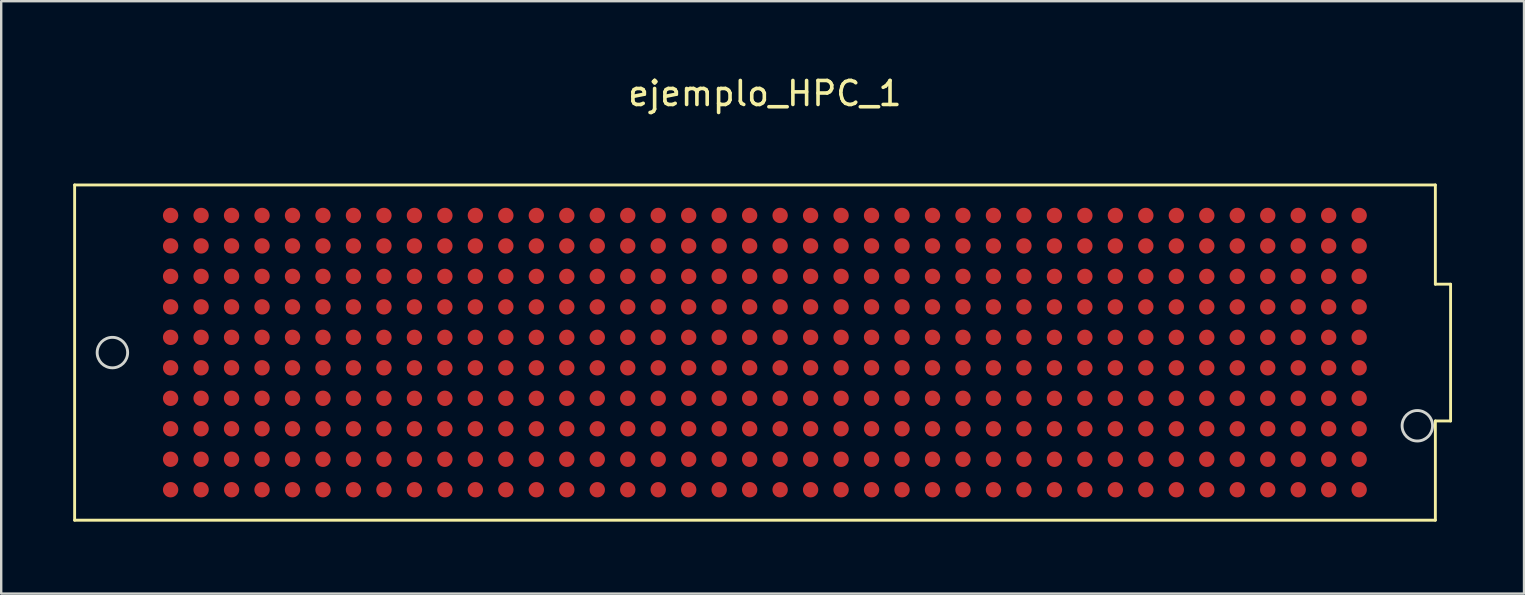
<source format=kicad_pcb>
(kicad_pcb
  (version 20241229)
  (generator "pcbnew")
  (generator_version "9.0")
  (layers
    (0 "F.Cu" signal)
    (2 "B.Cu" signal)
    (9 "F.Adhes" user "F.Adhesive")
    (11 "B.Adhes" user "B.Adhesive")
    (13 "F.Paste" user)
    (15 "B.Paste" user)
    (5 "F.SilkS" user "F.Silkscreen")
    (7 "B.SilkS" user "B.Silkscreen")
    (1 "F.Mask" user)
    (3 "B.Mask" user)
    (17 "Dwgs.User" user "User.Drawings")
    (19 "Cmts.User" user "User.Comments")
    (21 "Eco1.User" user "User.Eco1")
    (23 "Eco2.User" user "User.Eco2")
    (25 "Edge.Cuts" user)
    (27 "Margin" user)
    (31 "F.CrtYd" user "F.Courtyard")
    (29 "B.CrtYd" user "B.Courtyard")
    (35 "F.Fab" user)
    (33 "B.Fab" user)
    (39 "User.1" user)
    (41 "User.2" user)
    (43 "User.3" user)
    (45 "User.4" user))
  (footprint "ejemplo_HPC_1"
    (layer "F.Cu")
    (at 28.825 11.643)
    (property "Reference" "ejemplo_HPC_1" (at 0 -10.795 0) (layer "F.SilkS") (effects (font (size 1 1) (thickness 0.15))))
    (attr through_hole)
    (fp_line (start -28.765 -6.985) (end -28.765 6.985) (stroke (width 0.12) (type solid)) (layer "F.SilkS"))
    (fp_line (start -28.765 -6.985) (end 27.94 -6.985) (stroke (width 0.12) (type solid)) (layer "F.SilkS"))
    (fp_line (start 27.94 -2.85) (end 27.94 -6.985) (stroke (width 0.12) (type solid)) (layer "F.SilkS"))
    (fp_line (start 27.94 6.985) (end -28.765 6.985) (stroke (width 0.12) (type solid)) (layer "F.SilkS"))
    (fp_line (start 27.94 6.985) (end 27.94 2.85) (stroke (width 0.12) (type solid)) (layer "F.SilkS"))
    (fp_line (start 28.575 -2.85) (end 27.94 -2.85) (stroke (width 0.12) (type solid)) (layer "F.SilkS"))
    (fp_line (start 28.575 2.85) (end 27.94 2.85) (stroke (width 0.12) (type solid)) (layer "F.SilkS"))
    (fp_line (start 28.575 2.85) (end 28.575 -2.85) (stroke (width 0.12) (type solid)) (layer "F.SilkS"))
    (fp_circle (center -27.191 0) (end -26.556 0) (stroke (width 0.12) (type solid)) (fill no) (layer "Edge.Cuts"))
    (fp_circle (center 27.189 3.05) (end 27.824 3.05) (stroke (width 0.12) (type solid)) (fill no) (layer "Edge.Cuts"))
    (pad "A1" smd circle (at 24.765 5.715 180) (size 0.64 0.64) (layers "F.Cu" "F.Mask" "F.Paste"))
    (pad "A2" smd circle (at 23.495 5.715 180) (size 0.64 0.64) (layers "F.Cu" "F.Mask" "F.Paste"))
    (pad "A3" smd circle (at 22.225 5.715 180) (size 0.64 0.64) (layers "F.Cu" "F.Mask" "F.Paste"))
    (pad "A4" smd circle (at 20.955 5.715 180) (size 0.64 0.64) (layers "F.Cu" "F.Mask" "F.Paste"))
    (pad "A5" smd circle (at 19.685 5.715 180) (size 0.64 0.64) (layers "F.Cu" "F.Mask" "F.Paste"))
    (pad "A6" smd circle (at 18.415 5.715 180) (size 0.64 0.64) (layers "F.Cu" "F.Mask" "F.Paste"))
    (pad "A7" smd circle (at 17.145 5.715 180) (size 0.64 0.64) (layers "F.Cu" "F.Mask" "F.Paste"))
    (pad "A8" smd circle (at 15.875 5.715 180) (size 0.64 0.64) (layers "F.Cu" "F.Mask" "F.Paste"))
    (pad "A9" smd circle (at 14.605 5.715 180) (size 0.64 0.64) (layers "F.Cu" "F.Mask" "F.Paste"))
    (pad "A10" smd circle (at 13.335 5.715 180) (size 0.64 0.64) (layers "F.Cu" "F.Mask" "F.Paste"))
    (pad "A11" smd circle (at 12.065 5.715 180) (size 0.64 0.64) (layers "F.Cu" "F.Mask" "F.Paste"))
    (pad "A12" smd circle (at 10.795 5.715 180) (size 0.64 0.64) (layers "F.Cu" "F.Mask" "F.Paste"))
    (pad "A13" smd circle (at 9.525 5.715 180) (size 0.64 0.64) (layers "F.Cu" "F.Mask" "F.Paste"))
    (pad "A14" smd circle (at 8.255 5.715 180) (size 0.64 0.64) (layers "F.Cu" "F.Mask" "F.Paste"))
    (pad "A15" smd circle (at 6.985 5.715 180) (size 0.64 0.64) (layers "F.Cu" "F.Mask" "F.Paste"))
    (pad "A16" smd circle (at 5.715 5.715 180) (size 0.64 0.64) (layers "F.Cu" "F.Mask" "F.Paste"))
    (pad "A17" smd circle (at 4.445 5.715 180) (size 0.64 0.64) (layers "F.Cu" "F.Mask" "F.Paste"))
    (pad "A18" smd circle (at 3.175 5.715 180) (size 0.64 0.64) (layers "F.Cu" "F.Mask" "F.Paste"))
    (pad "A19" smd circle (at 1.905 5.715 180) (size 0.64 0.64) (layers "F.Cu" "F.Mask" "F.Paste"))
    (pad "A20" smd circle (at 0.635 5.715 180) (size 0.64 0.64) (layers "F.Cu" "F.Mask" "F.Paste"))
    (pad "A21" smd circle (at -0.635 5.715 180) (size 0.64 0.64) (layers "F.Cu" "F.Mask" "F.Paste"))
    (pad "A22" smd circle (at -1.905 5.715 180) (size 0.64 0.64) (layers "F.Cu" "F.Mask" "F.Paste"))
    (pad "A23" smd circle (at -3.175 5.715 180) (size 0.64 0.64) (layers "F.Cu" "F.Mask" "F.Paste"))
    (pad "A24" smd circle (at -4.445 5.715 180) (size 0.64 0.64) (layers "F.Cu" "F.Mask" "F.Paste"))
    (pad "A25" smd circle (at -5.715 5.715 180) (size 0.64 0.64) (layers "F.Cu" "F.Mask" "F.Paste"))
    (pad "A26" smd circle (at -6.985 5.715 180) (size 0.64 0.64) (layers "F.Cu" "F.Mask" "F.Paste"))
    (pad "A27" smd circle (at -8.255 5.715 180) (size 0.64 0.64) (layers "F.Cu" "F.Mask" "F.Paste"))
    (pad "A28" smd circle (at -9.525 5.715 180) (size 0.64 0.64) (layers "F.Cu" "F.Mask" "F.Paste"))
    (pad "A29" smd circle (at -10.795 5.715 180) (size 0.64 0.64) (layers "F.Cu" "F.Mask" "F.Paste"))
    (pad "A30" smd circle (at -12.065 5.715 180) (size 0.64 0.64) (layers "F.Cu" "F.Mask" "F.Paste"))
    (pad "A31" smd circle (at -13.335 5.715 180) (size 0.64 0.64) (layers "F.Cu" "F.Mask" "F.Paste"))
    (pad "A32" smd circle (at -14.605 5.715 180) (size 0.64 0.64) (layers "F.Cu" "F.Mask" "F.Paste"))
    (pad "A33" smd circle (at -15.875 5.715 180) (size 0.64 0.64) (layers "F.Cu" "F.Mask" "F.Paste"))
    (pad "A34" smd circle (at -17.145 5.715 180) (size 0.64 0.64) (layers "F.Cu" "F.Mask" "F.Paste"))
    (pad "A35" smd circle (at -18.415 5.715 180) (size 0.64 0.64) (layers "F.Cu" "F.Mask" "F.Paste"))
    (pad "A36" smd circle (at -19.685 5.715 180) (size 0.64 0.64) (layers "F.Cu" "F.Mask" "F.Paste"))
    (pad "A37" smd circle (at -20.955 5.715 180) (size 0.64 0.64) (layers "F.Cu" "F.Mask" "F.Paste"))
    (pad "A38" smd circle (at -22.225 5.715 180) (size 0.64 0.64) (layers "F.Cu" "F.Mask" "F.Paste"))
    (pad "A39" smd circle (at -23.495 5.715 180) (size 0.64 0.64) (layers "F.Cu" "F.Mask" "F.Paste"))
    (pad "A40" smd circle (at -24.765 5.715 180) (size 0.64 0.64) (layers "F.Cu" "F.Mask" "F.Paste"))
    (pad "B1" smd circle (at 24.765 4.445 180) (size 0.64 0.64) (layers "F.Cu" "F.Mask" "F.Paste"))
    (pad "B2" smd circle (at 23.495 4.445 180) (size 0.64 0.64) (layers "F.Cu" "F.Mask" "F.Paste"))
    (pad "B3" smd circle (at 22.225 4.445 180) (size 0.64 0.64) (layers "F.Cu" "F.Mask" "F.Paste"))
    (pad "B4" smd circle (at 20.955 4.445 180) (size 0.64 0.64) (layers "F.Cu" "F.Mask" "F.Paste"))
    (pad "B5" smd circle (at 19.685 4.445 180) (size 0.64 0.64) (layers "F.Cu" "F.Mask" "F.Paste"))
    (pad "B6" smd circle (at 18.415 4.445 180) (size 0.64 0.64) (layers "F.Cu" "F.Mask" "F.Paste"))
    (pad "B7" smd circle (at 17.145 4.445 180) (size 0.64 0.64) (layers "F.Cu" "F.Mask" "F.Paste"))
    (pad "B8" smd circle (at 15.875 4.445 180) (size 0.64 0.64) (layers "F.Cu" "F.Mask" "F.Paste"))
    (pad "B9" smd circle (at 14.605 4.445 180) (size 0.64 0.64) (layers "F.Cu" "F.Mask" "F.Paste"))
    (pad "B10" smd circle (at 13.335 4.445 180) (size 0.64 0.64) (layers "F.Cu" "F.Mask" "F.Paste"))
    (pad "B11" smd circle (at 12.065 4.445 180) (size 0.64 0.64) (layers "F.Cu" "F.Mask" "F.Paste"))
    (pad "B12" smd circle (at 10.795 4.445 180) (size 0.64 0.64) (layers "F.Cu" "F.Mask" "F.Paste"))
    (pad "B13" smd circle (at 9.525 4.445 180) (size 0.64 0.64) (layers "F.Cu" "F.Mask" "F.Paste"))
    (pad "B14" smd circle (at 8.255 4.445 180) (size 0.64 0.64) (layers "F.Cu" "F.Mask" "F.Paste"))
    (pad "B15" smd circle (at 6.985 4.445 180) (size 0.64 0.64) (layers "F.Cu" "F.Mask" "F.Paste"))
    (pad "B16" smd circle (at 5.715 4.445 180) (size 0.64 0.64) (layers "F.Cu" "F.Mask" "F.Paste"))
    (pad "B17" smd circle (at 4.445 4.445 180) (size 0.64 0.64) (layers "F.Cu" "F.Mask" "F.Paste"))
    (pad "B18" smd circle (at 3.175 4.445 180) (size 0.64 0.64) (layers "F.Cu" "F.Mask" "F.Paste"))
    (pad "B19" smd circle (at 1.905 4.445 180) (size 0.64 0.64) (layers "F.Cu" "F.Mask" "F.Paste"))
    (pad "B20" smd circle (at 0.635 4.445 180) (size 0.64 0.64) (layers "F.Cu" "F.Mask" "F.Paste"))
    (pad "B21" smd circle (at -0.635 4.445 180) (size 0.64 0.64) (layers "F.Cu" "F.Mask" "F.Paste"))
    (pad "B22" smd circle (at -1.905 4.445 180) (size 0.64 0.64) (layers "F.Cu" "F.Mask" "F.Paste"))
    (pad "B23" smd circle (at -3.175 4.445 180) (size 0.64 0.64) (layers "F.Cu" "F.Mask" "F.Paste"))
    (pad "B24" smd circle (at -4.445 4.445 180) (size 0.64 0.64) (layers "F.Cu" "F.Mask" "F.Paste"))
    (pad "B25" smd circle (at -5.715 4.445 180) (size 0.64 0.64) (layers "F.Cu" "F.Mask" "F.Paste"))
    (pad "B26" smd circle (at -6.985 4.445 180) (size 0.64 0.64) (layers "F.Cu" "F.Mask" "F.Paste"))
    (pad "B27" smd circle (at -8.255 4.445 180) (size 0.64 0.64) (layers "F.Cu" "F.Mask" "F.Paste"))
    (pad "B28" smd circle (at -9.525 4.445 180) (size 0.64 0.64) (layers "F.Cu" "F.Mask" "F.Paste"))
    (pad "B29" smd circle (at -10.795 4.445 180) (size 0.64 0.64) (layers "F.Cu" "F.Mask" "F.Paste"))
    (pad "B30" smd circle (at -12.065 4.445 180) (size 0.64 0.64) (layers "F.Cu" "F.Mask" "F.Paste"))
    (pad "B31" smd circle (at -13.335 4.445 180) (size 0.64 0.64) (layers "F.Cu" "F.Mask" "F.Paste"))
    (pad "B32" smd circle (at -14.605 4.445 180) (size 0.64 0.64) (layers "F.Cu" "F.Mask" "F.Paste"))
    (pad "B33" smd circle (at -15.875 4.445 180) (size 0.64 0.64) (layers "F.Cu" "F.Mask" "F.Paste"))
    (pad "B34" smd circle (at -17.145 4.445 180) (size 0.64 0.64) (layers "F.Cu" "F.Mask" "F.Paste"))
    (pad "B35" smd circle (at -18.415 4.445 180) (size 0.64 0.64) (layers "F.Cu" "F.Mask" "F.Paste"))
    (pad "B36" smd circle (at -19.685 4.445 180) (size 0.64 0.64) (layers "F.Cu" "F.Mask" "F.Paste"))
    (pad "B37" smd circle (at -20.955 4.445 180) (size 0.64 0.64) (layers "F.Cu" "F.Mask" "F.Paste"))
    (pad "B38" smd circle (at -22.225 4.445 180) (size 0.64 0.64) (layers "F.Cu" "F.Mask" "F.Paste"))
    (pad "B39" smd circle (at -23.495 4.445 180) (size 0.64 0.64) (layers "F.Cu" "F.Mask" "F.Paste"))
    (pad "B40" smd circle (at -24.765 4.445 180) (size 0.64 0.64) (layers "F.Cu" "F.Mask" "F.Paste"))
    (pad "C1" smd circle (at 24.765 3.175 180) (size 0.64 0.64) (layers "F.Cu" "F.Mask" "F.Paste"))
    (pad "C2" smd circle (at 23.495 3.175 180) (size 0.64 0.64) (layers "F.Cu" "F.Mask" "F.Paste"))
    (pad "C3" smd circle (at 22.225 3.175 180) (size 0.64 0.64) (layers "F.Cu" "F.Mask" "F.Paste"))
    (pad "C4" smd circle (at 20.955 3.175 180) (size 0.64 0.64) (layers "F.Cu" "F.Mask" "F.Paste"))
    (pad "C5" smd circle (at 19.685 3.175 180) (size 0.64 0.64) (layers "F.Cu" "F.Mask" "F.Paste"))
    (pad "C6" smd circle (at 18.415 3.175 180) (size 0.64 0.64) (layers "F.Cu" "F.Mask" "F.Paste"))
    (pad "C7" smd circle (at 17.145 3.175 180) (size 0.64 0.64) (layers "F.Cu" "F.Mask" "F.Paste"))
    (pad "C8" smd circle (at 15.875 3.175 180) (size 0.64 0.64) (layers "F.Cu" "F.Mask" "F.Paste"))
    (pad "C9" smd circle (at 14.605 3.175 180) (size 0.64 0.64) (layers "F.Cu" "F.Mask" "F.Paste"))
    (pad "C10" smd circle (at 13.335 3.175 180) (size 0.64 0.64) (layers "F.Cu" "F.Mask" "F.Paste"))
    (pad "C11" smd circle (at 12.065 3.175 180) (size 0.64 0.64) (layers "F.Cu" "F.Mask" "F.Paste"))
    (pad "C12" smd circle (at 10.795 3.175 180) (size 0.64 0.64) (layers "F.Cu" "F.Mask" "F.Paste"))
    (pad "C13" smd circle (at 9.525 3.175 180) (size 0.64 0.64) (layers "F.Cu" "F.Mask" "F.Paste"))
    (pad "C14" smd circle (at 8.255 3.175 180) (size 0.64 0.64) (layers "F.Cu" "F.Mask" "F.Paste"))
    (pad "C15" smd circle (at 6.985 3.175 180) (size 0.64 0.64) (layers "F.Cu" "F.Mask" "F.Paste"))
    (pad "C16" smd circle (at 5.715 3.175 180) (size 0.64 0.64) (layers "F.Cu" "F.Mask" "F.Paste"))
    (pad "C17" smd circle (at 4.445 3.175 180) (size 0.64 0.64) (layers "F.Cu" "F.Mask" "F.Paste"))
    (pad "C18" smd circle (at 3.175 3.175 180) (size 0.64 0.64) (layers "F.Cu" "F.Mask" "F.Paste"))
    (pad "C19" smd circle (at 1.905 3.175 180) (size 0.64 0.64) (layers "F.Cu" "F.Mask" "F.Paste"))
    (pad "C20" smd circle (at 0.635 3.175 180) (size 0.64 0.64) (layers "F.Cu" "F.Mask" "F.Paste"))
    (pad "C21" smd circle (at -0.635 3.175 180) (size 0.64 0.64) (layers "F.Cu" "F.Mask" "F.Paste"))
    (pad "C22" smd circle (at -1.905 3.175 180) (size 0.64 0.64) (layers "F.Cu" "F.Mask" "F.Paste"))
    (pad "C23" smd circle (at -3.175 3.175 180) (size 0.64 0.64) (layers "F.Cu" "F.Mask" "F.Paste"))
    (pad "C24" smd circle (at -4.445 3.175 180) (size 0.64 0.64) (layers "F.Cu" "F.Mask" "F.Paste"))
    (pad "C25" smd circle (at -5.715 3.175 180) (size 0.64 0.64) (layers "F.Cu" "F.Mask" "F.Paste"))
    (pad "C26" smd circle (at -6.985 3.175 180) (size 0.64 0.64) (layers "F.Cu" "F.Mask" "F.Paste"))
    (pad "C27" smd circle (at -8.255 3.175 180) (size 0.64 0.64) (layers "F.Cu" "F.Mask" "F.Paste"))
    (pad "C28" smd circle (at -9.525 3.175 180) (size 0.64 0.64) (layers "F.Cu" "F.Mask" "F.Paste"))
    (pad "C29" smd circle (at -10.795 3.175 180) (size 0.64 0.64) (layers "F.Cu" "F.Mask" "F.Paste"))
    (pad "C30" smd circle (at -12.065 3.175 180) (size 0.64 0.64) (layers "F.Cu" "F.Mask" "F.Paste"))
    (pad "C31" smd circle (at -13.335 3.175 180) (size 0.64 0.64) (layers "F.Cu" "F.Mask" "F.Paste"))
    (pad "C32" smd circle (at -14.605 3.175 180) (size 0.64 0.64) (layers "F.Cu" "F.Mask" "F.Paste"))
    (pad "C33" smd circle (at -15.875 3.175 180) (size 0.64 0.64) (layers "F.Cu" "F.Mask" "F.Paste"))
    (pad "C34" smd circle (at -17.145 3.175 180) (size 0.64 0.64) (layers "F.Cu" "F.Mask" "F.Paste"))
    (pad "C35" smd circle (at -18.415 3.175 180) (size 0.64 0.64) (layers "F.Cu" "F.Mask" "F.Paste"))
    (pad "C36" smd circle (at -19.685 3.175 180) (size 0.64 0.64) (layers "F.Cu" "F.Mask" "F.Paste"))
    (pad "C37" smd circle (at -20.955 3.175 180) (size 0.64 0.64) (layers "F.Cu" "F.Mask" "F.Paste"))
    (pad "C38" smd circle (at -22.225 3.175 180) (size 0.64 0.64) (layers "F.Cu" "F.Mask" "F.Paste"))
    (pad "C39" smd circle (at -23.495 3.175 180) (size 0.64 0.64) (layers "F.Cu" "F.Mask" "F.Paste"))
    (pad "C40" smd circle (at -24.765 3.175 180) (size 0.64 0.64) (layers "F.Cu" "F.Mask" "F.Paste"))
    (pad "D1" smd circle (at 24.765 1.905 180) (size 0.64 0.64) (layers "F.Cu" "F.Mask" "F.Paste"))
    (pad "D2" smd circle (at 23.495 1.905 180) (size 0.64 0.64) (layers "F.Cu" "F.Mask" "F.Paste"))
    (pad "D3" smd circle (at 22.225 1.905 180) (size 0.64 0.64) (layers "F.Cu" "F.Mask" "F.Paste"))
    (pad "D4" smd circle (at 20.955 1.905 180) (size 0.64 0.64) (layers "F.Cu" "F.Mask" "F.Paste"))
    (pad "D5" smd circle (at 19.685 1.905 180) (size 0.64 0.64) (layers "F.Cu" "F.Mask" "F.Paste"))
    (pad "D6" smd circle (at 18.415 1.905 180) (size 0.64 0.64) (layers "F.Cu" "F.Mask" "F.Paste"))
    (pad "D7" smd circle (at 17.145 1.905 180) (size 0.64 0.64) (layers "F.Cu" "F.Mask" "F.Paste"))
    (pad "D8" smd circle (at 15.875 1.905 180) (size 0.64 0.64) (layers "F.Cu" "F.Mask" "F.Paste"))
    (pad "D9" smd circle (at 14.605 1.905 180) (size 0.64 0.64) (layers "F.Cu" "F.Mask" "F.Paste"))
    (pad "D10" smd circle (at 13.335 1.905 180) (size 0.64 0.64) (layers "F.Cu" "F.Mask" "F.Paste"))
    (pad "D11" smd circle (at 12.065 1.905 180) (size 0.64 0.64) (layers "F.Cu" "F.Mask" "F.Paste"))
    (pad "D12" smd circle (at 10.795 1.905 180) (size 0.64 0.64) (layers "F.Cu" "F.Mask" "F.Paste"))
    (pad "D13" smd circle (at 9.525 1.905 180) (size 0.64 0.64) (layers "F.Cu" "F.Mask" "F.Paste"))
    (pad "D14" smd circle (at 8.255 1.905 180) (size 0.64 0.64) (layers "F.Cu" "F.Mask" "F.Paste"))
    (pad "D15" smd circle (at 6.985 1.905 180) (size 0.64 0.64) (layers "F.Cu" "F.Mask" "F.Paste"))
    (pad "D16" smd circle (at 5.715 1.905 180) (size 0.64 0.64) (layers "F.Cu" "F.Mask" "F.Paste"))
    (pad "D17" smd circle (at 4.445 1.905 180) (size 0.64 0.64) (layers "F.Cu" "F.Mask" "F.Paste"))
    (pad "D18" smd circle (at 3.175 1.905 180) (size 0.64 0.64) (layers "F.Cu" "F.Mask" "F.Paste"))
    (pad "D19" smd circle (at 1.905 1.905 180) (size 0.64 0.64) (layers "F.Cu" "F.Mask" "F.Paste"))
    (pad "D20" smd circle (at 0.635 1.905 180) (size 0.64 0.64) (layers "F.Cu" "F.Mask" "F.Paste"))
    (pad "D21" smd circle (at -0.635 1.905 180) (size 0.64 0.64) (layers "F.Cu" "F.Mask" "F.Paste"))
    (pad "D22" smd circle (at -1.905 1.905 180) (size 0.64 0.64) (layers "F.Cu" "F.Mask" "F.Paste"))
    (pad "D23" smd circle (at -3.175 1.905 180) (size 0.64 0.64) (layers "F.Cu" "F.Mask" "F.Paste"))
    (pad "D24" smd circle (at -4.445 1.905 180) (size 0.64 0.64) (layers "F.Cu" "F.Mask" "F.Paste"))
    (pad "D25" smd circle (at -5.715 1.905 180) (size 0.64 0.64) (layers "F.Cu" "F.Mask" "F.Paste"))
    (pad "D26" smd circle (at -6.985 1.905 180) (size 0.64 0.64) (layers "F.Cu" "F.Mask" "F.Paste"))
    (pad "D27" smd circle (at -8.255 1.905 180) (size 0.64 0.64) (layers "F.Cu" "F.Mask" "F.Paste"))
    (pad "D28" smd circle (at -9.525 1.905 180) (size 0.64 0.64) (layers "F.Cu" "F.Mask" "F.Paste"))
    (pad "D29" smd circle (at -10.795 1.905 180) (size 0.64 0.64) (layers "F.Cu" "F.Mask" "F.Paste"))
    (pad "D30" smd circle (at -12.065 1.905 180) (size 0.64 0.64) (layers "F.Cu" "F.Mask" "F.Paste"))
    (pad "D31" smd circle (at -13.335 1.905 180) (size 0.64 0.64) (layers "F.Cu" "F.Mask" "F.Paste"))
    (pad "D32" smd circle (at -14.605 1.905 180) (size 0.64 0.64) (layers "F.Cu" "F.Mask" "F.Paste"))
    (pad "D33" smd circle (at -15.875 1.905 180) (size 0.64 0.64) (layers "F.Cu" "F.Mask" "F.Paste"))
    (pad "D34" smd circle (at -17.145 1.905 180) (size 0.64 0.64) (layers "F.Cu" "F.Mask" "F.Paste"))
    (pad "D35" smd circle (at -18.415 1.905 180) (size 0.64 0.64) (layers "F.Cu" "F.Mask" "F.Paste"))
    (pad "D36" smd circle (at -19.685 1.905 180) (size 0.64 0.64) (layers "F.Cu" "F.Mask" "F.Paste"))
    (pad "D37" smd circle (at -20.955 1.905 180) (size 0.64 0.64) (layers "F.Cu" "F.Mask" "F.Paste"))
    (pad "D38" smd circle (at -22.225 1.905 180) (size 0.64 0.64) (layers "F.Cu" "F.Mask" "F.Paste"))
    (pad "D39" smd circle (at -23.495 1.905 180) (size 0.64 0.64) (layers "F.Cu" "F.Mask" "F.Paste"))
    (pad "D40" smd circle (at -24.765 1.905 180) (size 0.64 0.64) (layers "F.Cu" "F.Mask" "F.Paste"))
    (pad "E1" smd circle (at 24.765 0.635 180) (size 0.64 0.64) (layers "F.Cu" "F.Mask" "F.Paste"))
    (pad "E2" smd circle (at 23.495 0.635 180) (size 0.64 0.64) (layers "F.Cu" "F.Mask" "F.Paste"))
    (pad "E3" smd circle (at 22.225 0.635 180) (size 0.64 0.64) (layers "F.Cu" "F.Mask" "F.Paste"))
    (pad "E4" smd circle (at 20.955 0.635 180) (size 0.64 0.64) (layers "F.Cu" "F.Mask" "F.Paste"))
    (pad "E5" smd circle (at 19.685 0.635 180) (size 0.64 0.64) (layers "F.Cu" "F.Mask" "F.Paste"))
    (pad "E6" smd circle (at 18.415 0.635 180) (size 0.64 0.64) (layers "F.Cu" "F.Mask" "F.Paste"))
    (pad "E7" smd circle (at 17.145 0.635 180) (size 0.64 0.64) (layers "F.Cu" "F.Mask" "F.Paste"))
    (pad "E8" smd circle (at 15.875 0.635 180) (size 0.64 0.64) (layers "F.Cu" "F.Mask" "F.Paste"))
    (pad "E9" smd circle (at 14.605 0.635 180) (size 0.64 0.64) (layers "F.Cu" "F.Mask" "F.Paste"))
    (pad "E10" smd circle (at 13.335 0.635 180) (size 0.64 0.64) (layers "F.Cu" "F.Mask" "F.Paste"))
    (pad "E11" smd circle (at 12.065 0.635 180) (size 0.64 0.64) (layers "F.Cu" "F.Mask" "F.Paste"))
    (pad "E12" smd circle (at 10.795 0.635 180) (size 0.64 0.64) (layers "F.Cu" "F.Mask" "F.Paste"))
    (pad "E13" smd circle (at 9.525 0.635 180) (size 0.64 0.64) (layers "F.Cu" "F.Mask" "F.Paste"))
    (pad "E14" smd circle (at 8.255 0.635 180) (size 0.64 0.64) (layers "F.Cu" "F.Mask" "F.Paste"))
    (pad "E15" smd circle (at 6.985 0.635 180) (size 0.64 0.64) (layers "F.Cu" "F.Mask" "F.Paste"))
    (pad "E16" smd circle (at 5.715 0.635 180) (size 0.64 0.64) (layers "F.Cu" "F.Mask" "F.Paste"))
    (pad "E17" smd circle (at 4.445 0.635 180) (size 0.64 0.64) (layers "F.Cu" "F.Mask" "F.Paste"))
    (pad "E18" smd circle (at 3.175 0.635 180) (size 0.64 0.64) (layers "F.Cu" "F.Mask" "F.Paste"))
    (pad "E19" smd circle (at 1.905 0.635 180) (size 0.64 0.64) (layers "F.Cu" "F.Mask" "F.Paste"))
    (pad "E20" smd circle (at 0.635 0.635 180) (size 0.64 0.64) (layers "F.Cu" "F.Mask" "F.Paste"))
    (pad "E21" smd circle (at -0.635 0.635 180) (size 0.64 0.64) (layers "F.Cu" "F.Mask" "F.Paste"))
    (pad "E22" smd circle (at -1.905 0.635 180) (size 0.64 0.64) (layers "F.Cu" "F.Mask" "F.Paste"))
    (pad "E23" smd circle (at -3.175 0.635 180) (size 0.64 0.64) (layers "F.Cu" "F.Mask" "F.Paste"))
    (pad "E24" smd circle (at -4.445 0.635 180) (size 0.64 0.64) (layers "F.Cu" "F.Mask" "F.Paste"))
    (pad "E25" smd circle (at -5.715 0.635 180) (size 0.64 0.64) (layers "F.Cu" "F.Mask" "F.Paste"))
    (pad "E26" smd circle (at -6.985 0.635 180) (size 0.64 0.64) (layers "F.Cu" "F.Mask" "F.Paste"))
    (pad "E27" smd circle (at -8.255 0.635 180) (size 0.64 0.64) (layers "F.Cu" "F.Mask" "F.Paste"))
    (pad "E28" smd circle (at -9.525 0.635 180) (size 0.64 0.64) (layers "F.Cu" "F.Mask" "F.Paste"))
    (pad "E29" smd circle (at -10.795 0.635 180) (size 0.64 0.64) (layers "F.Cu" "F.Mask" "F.Paste"))
    (pad "E30" smd circle (at -12.065 0.635 180) (size 0.64 0.64) (layers "F.Cu" "F.Mask" "F.Paste"))
    (pad "E31" smd circle (at -13.335 0.635 180) (size 0.64 0.64) (layers "F.Cu" "F.Mask" "F.Paste"))
    (pad "E32" smd circle (at -14.605 0.635 180) (size 0.64 0.64) (layers "F.Cu" "F.Mask" "F.Paste"))
    (pad "E33" smd circle (at -15.875 0.635 180) (size 0.64 0.64) (layers "F.Cu" "F.Mask" "F.Paste"))
    (pad "E34" smd circle (at -17.145 0.635 180) (size 0.64 0.64) (layers "F.Cu" "F.Mask" "F.Paste"))
    (pad "E35" smd circle (at -18.415 0.635 180) (size 0.64 0.64) (layers "F.Cu" "F.Mask" "F.Paste"))
    (pad "E36" smd circle (at -19.685 0.635 180) (size 0.64 0.64) (layers "F.Cu" "F.Mask" "F.Paste"))
    (pad "E37" smd circle (at -20.955 0.635 180) (size 0.64 0.64) (layers "F.Cu" "F.Mask" "F.Paste"))
    (pad "E38" smd circle (at -22.225 0.635 180) (size 0.64 0.64) (layers "F.Cu" "F.Mask" "F.Paste"))
    (pad "E39" smd circle (at -23.495 0.635 180) (size 0.64 0.64) (layers "F.Cu" "F.Mask" "F.Paste"))
    (pad "E40" smd circle (at -24.765 0.635 180) (size 0.64 0.64) (layers "F.Cu" "F.Mask" "F.Paste"))
    (pad "F1" smd circle (at 24.765 -0.635 180) (size 0.64 0.64) (layers "F.Cu" "F.Mask" "F.Paste"))
    (pad "F2" smd circle (at 23.495 -0.635 180) (size 0.64 0.64) (layers "F.Cu" "F.Mask" "F.Paste"))
    (pad "F3" smd circle (at 22.225 -0.635 180) (size 0.64 0.64) (layers "F.Cu" "F.Mask" "F.Paste"))
    (pad "F4" smd circle (at 20.955 -0.635 180) (size 0.64 0.64) (layers "F.Cu" "F.Mask" "F.Paste"))
    (pad "F5" smd circle (at 19.685 -0.635 180) (size 0.64 0.64) (layers "F.Cu" "F.Mask" "F.Paste"))
    (pad "F6" smd circle (at 18.415 -0.635 180) (size 0.64 0.64) (layers "F.Cu" "F.Mask" "F.Paste"))
    (pad "F7" smd circle (at 17.145 -0.635 180) (size 0.64 0.64) (layers "F.Cu" "F.Mask" "F.Paste"))
    (pad "F8" smd circle (at 15.875 -0.635 180) (size 0.64 0.64) (layers "F.Cu" "F.Mask" "F.Paste"))
    (pad "F9" smd circle (at 14.605 -0.635 180) (size 0.64 0.64) (layers "F.Cu" "F.Mask" "F.Paste"))
    (pad "F10" smd circle (at 13.335 -0.635 180) (size 0.64 0.64) (layers "F.Cu" "F.Mask" "F.Paste"))
    (pad "F11" smd circle (at 12.065 -0.635 180) (size 0.64 0.64) (layers "F.Cu" "F.Mask" "F.Paste"))
    (pad "F12" smd circle (at 10.795 -0.635 180) (size 0.64 0.64) (layers "F.Cu" "F.Mask" "F.Paste"))
    (pad "F13" smd circle (at 9.525 -0.635 180) (size 0.64 0.64) (layers "F.Cu" "F.Mask" "F.Paste"))
    (pad "F14" smd circle (at 8.255 -0.635 180) (size 0.64 0.64) (layers "F.Cu" "F.Mask" "F.Paste"))
    (pad "F15" smd circle (at 6.985 -0.635 180) (size 0.64 0.64) (layers "F.Cu" "F.Mask" "F.Paste"))
    (pad "F16" smd circle (at 5.715 -0.635 180) (size 0.64 0.64) (layers "F.Cu" "F.Mask" "F.Paste"))
    (pad "F17" smd circle (at 4.445 -0.635 180) (size 0.64 0.64) (layers "F.Cu" "F.Mask" "F.Paste"))
    (pad "F18" smd circle (at 3.175 -0.635 180) (size 0.64 0.64) (layers "F.Cu" "F.Mask" "F.Paste"))
    (pad "F19" smd circle (at 1.905 -0.635 180) (size 0.64 0.64) (layers "F.Cu" "F.Mask" "F.Paste"))
    (pad "F20" smd circle (at 0.635 -0.635 180) (size 0.64 0.64) (layers "F.Cu" "F.Mask" "F.Paste"))
    (pad "F21" smd circle (at -0.635 -0.635 180) (size 0.64 0.64) (layers "F.Cu" "F.Mask" "F.Paste"))
    (pad "F22" smd circle (at -1.905 -0.635 180) (size 0.64 0.64) (layers "F.Cu" "F.Mask" "F.Paste"))
    (pad "F23" smd circle (at -3.175 -0.635 180) (size 0.64 0.64) (layers "F.Cu" "F.Mask" "F.Paste"))
    (pad "F24" smd circle (at -4.445 -0.635 180) (size 0.64 0.64) (layers "F.Cu" "F.Mask" "F.Paste"))
    (pad "F25" smd circle (at -5.715 -0.635 180) (size 0.64 0.64) (layers "F.Cu" "F.Mask" "F.Paste"))
    (pad "F26" smd circle (at -6.985 -0.635 180) (size 0.64 0.64) (layers "F.Cu" "F.Mask" "F.Paste"))
    (pad "F27" smd circle (at -8.255 -0.635 180) (size 0.64 0.64) (layers "F.Cu" "F.Mask" "F.Paste"))
    (pad "F28" smd circle (at -9.525 -0.635 180) (size 0.64 0.64) (layers "F.Cu" "F.Mask" "F.Paste"))
    (pad "F29" smd circle (at -10.795 -0.635 180) (size 0.64 0.64) (layers "F.Cu" "F.Mask" "F.Paste"))
    (pad "F30" smd circle (at -12.065 -0.635 180) (size 0.64 0.64) (layers "F.Cu" "F.Mask" "F.Paste"))
    (pad "F31" smd circle (at -13.335 -0.635 180) (size 0.64 0.64) (layers "F.Cu" "F.Mask" "F.Paste"))
    (pad "F32" smd circle (at -14.605 -0.635 180) (size 0.64 0.64) (layers "F.Cu" "F.Mask" "F.Paste"))
    (pad "F33" smd circle (at -15.875 -0.635 180) (size 0.64 0.64) (layers "F.Cu" "F.Mask" "F.Paste"))
    (pad "F34" smd circle (at -17.145 -0.635 180) (size 0.64 0.64) (layers "F.Cu" "F.Mask" "F.Paste"))
    (pad "F35" smd circle (at -18.415 -0.635 180) (size 0.64 0.64) (layers "F.Cu" "F.Mask" "F.Paste"))
    (pad "F36" smd circle (at -19.685 -0.635 180) (size 0.64 0.64) (layers "F.Cu" "F.Mask" "F.Paste"))
    (pad "F37" smd circle (at -20.955 -0.635 180) (size 0.64 0.64) (layers "F.Cu" "F.Mask" "F.Paste"))
    (pad "F38" smd circle (at -22.225 -0.635 180) (size 0.64 0.64) (layers "F.Cu" "F.Mask" "F.Paste"))
    (pad "F39" smd circle (at -23.495 -0.635 180) (size 0.64 0.64) (layers "F.Cu" "F.Mask" "F.Paste"))
    (pad "F40" smd circle (at -24.765 -0.635 180) (size 0.64 0.64) (layers "F.Cu" "F.Mask" "F.Paste"))
    (pad "G1" smd circle (at 24.765 -1.905 180) (size 0.64 0.64) (layers "F.Cu" "F.Mask" "F.Paste"))
    (pad "G2" smd circle (at 23.495 -1.905 180) (size 0.64 0.64) (layers "F.Cu" "F.Mask" "F.Paste"))
    (pad "G3" smd circle (at 22.225 -1.905 180) (size 0.64 0.64) (layers "F.Cu" "F.Mask" "F.Paste"))
    (pad "G4" smd circle (at 20.955 -1.905 180) (size 0.64 0.64) (layers "F.Cu" "F.Mask" "F.Paste"))
    (pad "G5" smd circle (at 19.685 -1.905 180) (size 0.64 0.64) (layers "F.Cu" "F.Mask" "F.Paste"))
    (pad "G6" smd circle (at 18.415 -1.905 180) (size 0.64 0.64) (layers "F.Cu" "F.Mask" "F.Paste"))
    (pad "G7" smd circle (at 17.145 -1.905 180) (size 0.64 0.64) (layers "F.Cu" "F.Mask" "F.Paste"))
    (pad "G8" smd circle (at 15.875 -1.905 180) (size 0.64 0.64) (layers "F.Cu" "F.Mask" "F.Paste"))
    (pad "G9" smd circle (at 14.605 -1.905 180) (size 0.64 0.64) (layers "F.Cu" "F.Mask" "F.Paste"))
    (pad "G10" smd circle (at 13.335 -1.905 180) (size 0.64 0.64) (layers "F.Cu" "F.Mask" "F.Paste"))
    (pad "G11" smd circle (at 12.065 -1.905 180) (size 0.64 0.64) (layers "F.Cu" "F.Mask" "F.Paste"))
    (pad "G12" smd circle (at 10.795 -1.905 180) (size 0.64 0.64) (layers "F.Cu" "F.Mask" "F.Paste"))
    (pad "G13" smd circle (at 9.525 -1.905 180) (size 0.64 0.64) (layers "F.Cu" "F.Mask" "F.Paste"))
    (pad "G14" smd circle (at 8.255 -1.905 180) (size 0.64 0.64) (layers "F.Cu" "F.Mask" "F.Paste"))
    (pad "G15" smd circle (at 6.985 -1.905 180) (size 0.64 0.64) (layers "F.Cu" "F.Mask" "F.Paste"))
    (pad "G16" smd circle (at 5.715 -1.905 180) (size 0.64 0.64) (layers "F.Cu" "F.Mask" "F.Paste"))
    (pad "G17" smd circle (at 4.445 -1.905 180) (size 0.64 0.64) (layers "F.Cu" "F.Mask" "F.Paste"))
    (pad "G18" smd circle (at 3.175 -1.905 180) (size 0.64 0.64) (layers "F.Cu" "F.Mask" "F.Paste"))
    (pad "G19" smd circle (at 1.905 -1.905 180) (size 0.64 0.64) (layers "F.Cu" "F.Mask" "F.Paste"))
    (pad "G20" smd circle (at 0.635 -1.905 180) (size 0.64 0.64) (layers "F.Cu" "F.Mask" "F.Paste"))
    (pad "G21" smd circle (at -0.635 -1.905 180) (size 0.64 0.64) (layers "F.Cu" "F.Mask" "F.Paste"))
    (pad "G22" smd circle (at -1.905 -1.905 180) (size 0.64 0.64) (layers "F.Cu" "F.Mask" "F.Paste"))
    (pad "G23" smd circle (at -3.175 -1.905 180) (size 0.64 0.64) (layers "F.Cu" "F.Mask" "F.Paste"))
    (pad "G24" smd circle (at -4.445 -1.905 180) (size 0.64 0.64) (layers "F.Cu" "F.Mask" "F.Paste"))
    (pad "G25" smd circle (at -5.715 -1.905 180) (size 0.64 0.64) (layers "F.Cu" "F.Mask" "F.Paste"))
    (pad "G26" smd circle (at -6.985 -1.905 180) (size 0.64 0.64) (layers "F.Cu" "F.Mask" "F.Paste"))
    (pad "G27" smd circle (at -8.255 -1.905 180) (size 0.64 0.64) (layers "F.Cu" "F.Mask" "F.Paste"))
    (pad "G28" smd circle (at -9.525 -1.905 180) (size 0.64 0.64) (layers "F.Cu" "F.Mask" "F.Paste"))
    (pad "G29" smd circle (at -10.795 -1.905 180) (size 0.64 0.64) (layers "F.Cu" "F.Mask" "F.Paste"))
    (pad "G30" smd circle (at -12.065 -1.905 180) (size 0.64 0.64) (layers "F.Cu" "F.Mask" "F.Paste"))
    (pad "G31" smd circle (at -13.335 -1.905 180) (size 0.64 0.64) (layers "F.Cu" "F.Mask" "F.Paste"))
    (pad "G32" smd circle (at -14.605 -1.905 180) (size 0.64 0.64) (layers "F.Cu" "F.Mask" "F.Paste"))
    (pad "G33" smd circle (at -15.875 -1.905 180) (size 0.64 0.64) (layers "F.Cu" "F.Mask" "F.Paste"))
    (pad "G34" smd circle (at -17.145 -1.905 180) (size 0.64 0.64) (layers "F.Cu" "F.Mask" "F.Paste"))
    (pad "G35" smd circle (at -18.415 -1.905 180) (size 0.64 0.64) (layers "F.Cu" "F.Mask" "F.Paste"))
    (pad "G36" smd circle (at -19.685 -1.905 180) (size 0.64 0.64) (layers "F.Cu" "F.Mask" "F.Paste"))
    (pad "G37" smd circle (at -20.955 -1.905 180) (size 0.64 0.64) (layers "F.Cu" "F.Mask" "F.Paste"))
    (pad "G38" smd circle (at -22.225 -1.905 180) (size 0.64 0.64) (layers "F.Cu" "F.Mask" "F.Paste"))
    (pad "G39" smd circle (at -23.495 -1.905 180) (size 0.64 0.64) (layers "F.Cu" "F.Mask" "F.Paste"))
    (pad "G40" smd circle (at -24.765 -1.905 180) (size 0.64 0.64) (layers "F.Cu" "F.Mask" "F.Paste"))
    (pad "H1" smd circle (at 24.765 -3.175 180) (size 0.64 0.64) (layers "F.Cu" "F.Mask" "F.Paste"))
    (pad "H2" smd circle (at 23.495 -3.175 180) (size 0.64 0.64) (layers "F.Cu" "F.Mask" "F.Paste"))
    (pad "H3" smd circle (at 22.225 -3.175 180) (size 0.64 0.64) (layers "F.Cu" "F.Mask" "F.Paste"))
    (pad "H4" smd circle (at 20.955 -3.175 180) (size 0.64 0.64) (layers "F.Cu" "F.Mask" "F.Paste"))
    (pad "H5" smd circle (at 19.685 -3.175 180) (size 0.64 0.64) (layers "F.Cu" "F.Mask" "F.Paste"))
    (pad "H6" smd circle (at 18.415 -3.175 180) (size 0.64 0.64) (layers "F.Cu" "F.Mask" "F.Paste"))
    (pad "H7" smd circle (at 17.145 -3.175 180) (size 0.64 0.64) (layers "F.Cu" "F.Mask" "F.Paste"))
    (pad "H8" smd circle (at 15.875 -3.175 180) (size 0.64 0.64) (layers "F.Cu" "F.Mask" "F.Paste"))
    (pad "H9" smd circle (at 14.605 -3.175 180) (size 0.64 0.64) (layers "F.Cu" "F.Mask" "F.Paste"))
    (pad "H10" smd circle (at 13.335 -3.175 180) (size 0.64 0.64) (layers "F.Cu" "F.Mask" "F.Paste"))
    (pad "H11" smd circle (at 12.065 -3.175 180) (size 0.64 0.64) (layers "F.Cu" "F.Mask" "F.Paste"))
    (pad "H12" smd circle (at 10.795 -3.175 180) (size 0.64 0.64) (layers "F.Cu" "F.Mask" "F.Paste"))
    (pad "H13" smd circle (at 9.525 -3.175 180) (size 0.64 0.64) (layers "F.Cu" "F.Mask" "F.Paste"))
    (pad "H14" smd circle (at 8.255 -3.175 180) (size 0.64 0.64) (layers "F.Cu" "F.Mask" "F.Paste"))
    (pad "H15" smd circle (at 6.985 -3.175 180) (size 0.64 0.64) (layers "F.Cu" "F.Mask" "F.Paste"))
    (pad "H16" smd circle (at 5.715 -3.175 180) (size 0.64 0.64) (layers "F.Cu" "F.Mask" "F.Paste"))
    (pad "H17" smd circle (at 4.445 -3.175 180) (size 0.64 0.64) (layers "F.Cu" "F.Mask" "F.Paste"))
    (pad "H18" smd circle (at 3.175 -3.175 180) (size 0.64 0.64) (layers "F.Cu" "F.Mask" "F.Paste"))
    (pad "H19" smd circle (at 1.905 -3.175 180) (size 0.64 0.64) (layers "F.Cu" "F.Mask" "F.Paste"))
    (pad "H20" smd circle (at 0.635 -3.175 180) (size 0.64 0.64) (layers "F.Cu" "F.Mask" "F.Paste"))
    (pad "H21" smd circle (at -0.635 -3.175 180) (size 0.64 0.64) (layers "F.Cu" "F.Mask" "F.Paste"))
    (pad "H22" smd circle (at -1.905 -3.175 180) (size 0.64 0.64) (layers "F.Cu" "F.Mask" "F.Paste"))
    (pad "H23" smd circle (at -3.175 -3.175 180) (size 0.64 0.64) (layers "F.Cu" "F.Mask" "F.Paste"))
    (pad "H24" smd circle (at -4.445 -3.175 180) (size 0.64 0.64) (layers "F.Cu" "F.Mask" "F.Paste"))
    (pad "H25" smd circle (at -5.715 -3.175 180) (size 0.64 0.64) (layers "F.Cu" "F.Mask" "F.Paste"))
    (pad "H26" smd circle (at -6.985 -3.175 180) (size 0.64 0.64) (layers "F.Cu" "F.Mask" "F.Paste"))
    (pad "H27" smd circle (at -8.255 -3.175 180) (size 0.64 0.64) (layers "F.Cu" "F.Mask" "F.Paste"))
    (pad "H28" smd circle (at -9.525 -3.175 180) (size 0.64 0.64) (layers "F.Cu" "F.Mask" "F.Paste"))
    (pad "H29" smd circle (at -10.795 -3.175 180) (size 0.64 0.64) (layers "F.Cu" "F.Mask" "F.Paste"))
    (pad "H30" smd circle (at -12.065 -3.175 180) (size 0.64 0.64) (layers "F.Cu" "F.Mask" "F.Paste"))
    (pad "H31" smd circle (at -13.335 -3.175 180) (size 0.64 0.64) (layers "F.Cu" "F.Mask" "F.Paste"))
    (pad "H32" smd circle (at -14.605 -3.175 180) (size 0.64 0.64) (layers "F.Cu" "F.Mask" "F.Paste"))
    (pad "H33" smd circle (at -15.875 -3.175 180) (size 0.64 0.64) (layers "F.Cu" "F.Mask" "F.Paste"))
    (pad "H34" smd circle (at -17.145 -3.175 180) (size 0.64 0.64) (layers "F.Cu" "F.Mask" "F.Paste"))
    (pad "H35" smd circle (at -18.415 -3.175 180) (size 0.64 0.64) (layers "F.Cu" "F.Mask" "F.Paste"))
    (pad "H36" smd circle (at -19.685 -3.175 180) (size 0.64 0.64) (layers "F.Cu" "F.Mask" "F.Paste"))
    (pad "H37" smd circle (at -20.955 -3.175 180) (size 0.64 0.64) (layers "F.Cu" "F.Mask" "F.Paste"))
    (pad "H38" smd circle (at -22.225 -3.175 180) (size 0.64 0.64) (layers "F.Cu" "F.Mask" "F.Paste"))
    (pad "H39" smd circle (at -23.495 -3.175 180) (size 0.64 0.64) (layers "F.Cu" "F.Mask" "F.Paste"))
    (pad "H40" smd circle (at -24.765 -3.175 180) (size 0.64 0.64) (layers "F.Cu" "F.Mask" "F.Paste"))
    (pad "J1" smd circle (at 24.765 -4.445 180) (size 0.64 0.64) (layers "F.Cu" "F.Mask" "F.Paste"))
    (pad "J2" smd circle (at 23.495 -4.445 180) (size 0.64 0.64) (layers "F.Cu" "F.Mask" "F.Paste"))
    (pad "J3" smd circle (at 22.225 -4.445 180) (size 0.64 0.64) (layers "F.Cu" "F.Mask" "F.Paste"))
    (pad "J4" smd circle (at 20.955 -4.445 180) (size 0.64 0.64) (layers "F.Cu" "F.Mask" "F.Paste"))
    (pad "J5" smd circle (at 19.685 -4.445 180) (size 0.64 0.64) (layers "F.Cu" "F.Mask" "F.Paste"))
    (pad "J6" smd circle (at 18.415 -4.445 180) (size 0.64 0.64) (layers "F.Cu" "F.Mask" "F.Paste"))
    (pad "J7" smd circle (at 17.145 -4.445 180) (size 0.64 0.64) (layers "F.Cu" "F.Mask" "F.Paste"))
    (pad "J8" smd circle (at 15.875 -4.445 180) (size 0.64 0.64) (layers "F.Cu" "F.Mask" "F.Paste"))
    (pad "J9" smd circle (at 14.605 -4.445 180) (size 0.64 0.64) (layers "F.Cu" "F.Mask" "F.Paste"))
    (pad "J10" smd circle (at 13.335 -4.445 180) (size 0.64 0.64) (layers "F.Cu" "F.Mask" "F.Paste"))
    (pad "J11" smd circle (at 12.065 -4.445 180) (size 0.64 0.64) (layers "F.Cu" "F.Mask" "F.Paste"))
    (pad "J12" smd circle (at 10.795 -4.445 180) (size 0.64 0.64) (layers "F.Cu" "F.Mask" "F.Paste"))
    (pad "J13" smd circle (at 9.525 -4.445 180) (size 0.64 0.64) (layers "F.Cu" "F.Mask" "F.Paste"))
    (pad "J14" smd circle (at 8.255 -4.445 180) (size 0.64 0.64) (layers "F.Cu" "F.Mask" "F.Paste"))
    (pad "J15" smd circle (at 6.985 -4.445 180) (size 0.64 0.64) (layers "F.Cu" "F.Mask" "F.Paste"))
    (pad "J16" smd circle (at 5.715 -4.445 180) (size 0.64 0.64) (layers "F.Cu" "F.Mask" "F.Paste"))
    (pad "J17" smd circle (at 4.445 -4.445 180) (size 0.64 0.64) (layers "F.Cu" "F.Mask" "F.Paste"))
    (pad "J18" smd circle (at 3.175 -4.445 180) (size 0.64 0.64) (layers "F.Cu" "F.Mask" "F.Paste"))
    (pad "J19" smd circle (at 1.905 -4.445 180) (size 0.64 0.64) (layers "F.Cu" "F.Mask" "F.Paste"))
    (pad "J20" smd circle (at 0.635 -4.445 180) (size 0.64 0.64) (layers "F.Cu" "F.Mask" "F.Paste"))
    (pad "J21" smd circle (at -0.635 -4.445 180) (size 0.64 0.64) (layers "F.Cu" "F.Mask" "F.Paste"))
    (pad "J22" smd circle (at -1.905 -4.445 180) (size 0.64 0.64) (layers "F.Cu" "F.Mask" "F.Paste"))
    (pad "J23" smd circle (at -3.175 -4.445 180) (size 0.64 0.64) (layers "F.Cu" "F.Mask" "F.Paste"))
    (pad "J24" smd circle (at -4.445 -4.445 180) (size 0.64 0.64) (layers "F.Cu" "F.Mask" "F.Paste"))
    (pad "J25" smd circle (at -5.715 -4.445 180) (size 0.64 0.64) (layers "F.Cu" "F.Mask" "F.Paste"))
    (pad "J26" smd circle (at -6.985 -4.445 180) (size 0.64 0.64) (layers "F.Cu" "F.Mask" "F.Paste"))
    (pad "J27" smd circle (at -8.255 -4.445 180) (size 0.64 0.64) (layers "F.Cu" "F.Mask" "F.Paste"))
    (pad "J28" smd circle (at -9.525 -4.445 180) (size 0.64 0.64) (layers "F.Cu" "F.Mask" "F.Paste"))
    (pad "J29" smd circle (at -10.795 -4.445 180) (size 0.64 0.64) (layers "F.Cu" "F.Mask" "F.Paste"))
    (pad "J30" smd circle (at -12.065 -4.445 180) (size 0.64 0.64) (layers "F.Cu" "F.Mask" "F.Paste"))
    (pad "J31" smd circle (at -13.335 -4.445 180) (size 0.64 0.64) (layers "F.Cu" "F.Mask" "F.Paste"))
    (pad "J32" smd circle (at -14.605 -4.445 180) (size 0.64 0.64) (layers "F.Cu" "F.Mask" "F.Paste"))
    (pad "J33" smd circle (at -15.875 -4.445 180) (size 0.64 0.64) (layers "F.Cu" "F.Mask" "F.Paste"))
    (pad "J34" smd circle (at -17.145 -4.445 180) (size 0.64 0.64) (layers "F.Cu" "F.Mask" "F.Paste"))
    (pad "J35" smd circle (at -18.415 -4.445 180) (size 0.64 0.64) (layers "F.Cu" "F.Mask" "F.Paste"))
    (pad "J36" smd circle (at -19.685 -4.445 180) (size 0.64 0.64) (layers "F.Cu" "F.Mask" "F.Paste"))
    (pad "J37" smd circle (at -20.955 -4.445 180) (size 0.64 0.64) (layers "F.Cu" "F.Mask" "F.Paste"))
    (pad "J38" smd circle (at -22.225 -4.445 180) (size 0.64 0.64) (layers "F.Cu" "F.Mask" "F.Paste"))
    (pad "J39" smd circle (at -23.495 -4.445 180) (size 0.64 0.64) (layers "F.Cu" "F.Mask" "F.Paste"))
    (pad "J40" smd circle (at -24.765 -4.445 180) (size 0.64 0.64) (layers "F.Cu" "F.Mask" "F.Paste"))
    (pad "K1" smd circle (at 24.765 -5.715 180) (size 0.64 0.64) (layers "F.Cu" "F.Mask" "F.Paste"))
    (pad "K2" smd circle (at 23.495 -5.715 180) (size 0.64 0.64) (layers "F.Cu" "F.Mask" "F.Paste"))
    (pad "K3" smd circle (at 22.225 -5.715 180) (size 0.64 0.64) (layers "F.Cu" "F.Mask" "F.Paste"))
    (pad "K4" smd circle (at 20.955 -5.715 180) (size 0.64 0.64) (layers "F.Cu" "F.Mask" "F.Paste"))
    (pad "K5" smd circle (at 19.685 -5.715 180) (size 0.64 0.64) (layers "F.Cu" "F.Mask" "F.Paste"))
    (pad "K6" smd circle (at 18.415 -5.715 180) (size 0.64 0.64) (layers "F.Cu" "F.Mask" "F.Paste"))
    (pad "K7" smd circle (at 17.145 -5.715 180) (size 0.64 0.64) (layers "F.Cu" "F.Mask" "F.Paste"))
    (pad "K8" smd circle (at 15.875 -5.715 180) (size 0.64 0.64) (layers "F.Cu" "F.Mask" "F.Paste"))
    (pad "K9" smd circle (at 14.605 -5.715 180) (size 0.64 0.64) (layers "F.Cu" "F.Mask" "F.Paste"))
    (pad "K10" smd circle (at 13.335 -5.715 180) (size 0.64 0.64) (layers "F.Cu" "F.Mask" "F.Paste"))
    (pad "K11" smd circle (at 12.065 -5.715 180) (size 0.64 0.64) (layers "F.Cu" "F.Mask" "F.Paste"))
    (pad "K12" smd circle (at 10.795 -5.715 180) (size 0.64 0.64) (layers "F.Cu" "F.Mask" "F.Paste"))
    (pad "K13" smd circle (at 9.525 -5.715 180) (size 0.64 0.64) (layers "F.Cu" "F.Mask" "F.Paste"))
    (pad "K14" smd circle (at 8.255 -5.715 180) (size 0.64 0.64) (layers "F.Cu" "F.Mask" "F.Paste"))
    (pad "K15" smd circle (at 6.985 -5.715 180) (size 0.64 0.64) (layers "F.Cu" "F.Mask" "F.Paste"))
    (pad "K16" smd circle (at 5.715 -5.715 180) (size 0.64 0.64) (layers "F.Cu" "F.Mask" "F.Paste"))
    (pad "K17" smd circle (at 4.445 -5.715 180) (size 0.64 0.64) (layers "F.Cu" "F.Mask" "F.Paste"))
    (pad "K18" smd circle (at 3.175 -5.715 180) (size 0.64 0.64) (layers "F.Cu" "F.Mask" "F.Paste"))
    (pad "K19" smd circle (at 1.905 -5.715 180) (size 0.64 0.64) (layers "F.Cu" "F.Mask" "F.Paste"))
    (pad "K20" smd circle (at 0.635 -5.715 180) (size 0.64 0.64) (layers "F.Cu" "F.Mask" "F.Paste"))
    (pad "K21" smd circle (at -0.635 -5.715 180) (size 0.64 0.64) (layers "F.Cu" "F.Mask" "F.Paste"))
    (pad "K22" smd circle (at -1.905 -5.715 180) (size 0.64 0.64) (layers "F.Cu" "F.Mask" "F.Paste"))
    (pad "K23" smd circle (at -3.175 -5.715 180) (size 0.64 0.64) (layers "F.Cu" "F.Mask" "F.Paste"))
    (pad "K24" smd circle (at -4.445 -5.715 180) (size 0.64 0.64) (layers "F.Cu" "F.Mask" "F.Paste"))
    (pad "K25" smd circle (at -5.715 -5.715 180) (size 0.64 0.64) (layers "F.Cu" "F.Mask" "F.Paste"))
    (pad "K26" smd circle (at -6.985 -5.715 180) (size 0.64 0.64) (layers "F.Cu" "F.Mask" "F.Paste"))
    (pad "K27" smd circle (at -8.255 -5.715 180) (size 0.64 0.64) (layers "F.Cu" "F.Mask" "F.Paste"))
    (pad "K28" smd circle (at -9.525 -5.715 180) (size 0.64 0.64) (layers "F.Cu" "F.Mask" "F.Paste"))
    (pad "K29" smd circle (at -10.795 -5.715 180) (size 0.64 0.64) (layers "F.Cu" "F.Mask" "F.Paste"))
    (pad "K30" smd circle (at -12.065 -5.715 180) (size 0.64 0.64) (layers "F.Cu" "F.Mask" "F.Paste"))
    (pad "K31" smd circle (at -13.335 -5.715 180) (size 0.64 0.64) (layers "F.Cu" "F.Mask" "F.Paste"))
    (pad "K32" smd circle (at -14.605 -5.715 180) (size 0.64 0.64) (layers "F.Cu" "F.Mask" "F.Paste"))
    (pad "K33" smd circle (at -15.875 -5.715 180) (size 0.64 0.64) (layers "F.Cu" "F.Mask" "F.Paste"))
    (pad "K34" smd circle (at -17.145 -5.715 180) (size 0.64 0.64) (layers "F.Cu" "F.Mask" "F.Paste"))
    (pad "K35" smd circle (at -18.415 -5.715 180) (size 0.64 0.64) (layers "F.Cu" "F.Mask" "F.Paste"))
    (pad "K36" smd circle (at -19.685 -5.715 180) (size 0.64 0.64) (layers "F.Cu" "F.Mask" "F.Paste"))
    (pad "K37" smd circle (at -20.955 -5.715 180) (size 0.64 0.64) (layers "F.Cu" "F.Mask" "F.Paste"))
    (pad "K38" smd circle (at -22.225 -5.715 180) (size 0.64 0.64) (layers "F.Cu" "F.Mask" "F.Paste"))
    (pad "K39" smd circle (at -23.495 -5.715 180) (size 0.64 0.64) (layers "F.Cu" "F.Mask" "F.Paste"))
    (pad "K40" smd circle (at -24.765 -5.715 180) (size 0.64 0.64) (layers "F.Cu" "F.Mask" "F.Paste")))
  (gr_rect
    (start -3 -3)
    (end 60.46 21.688)
    (stroke (width 0.1) (type default))
    (fill no)
    (layer "Edge.Cuts")))
</source>
